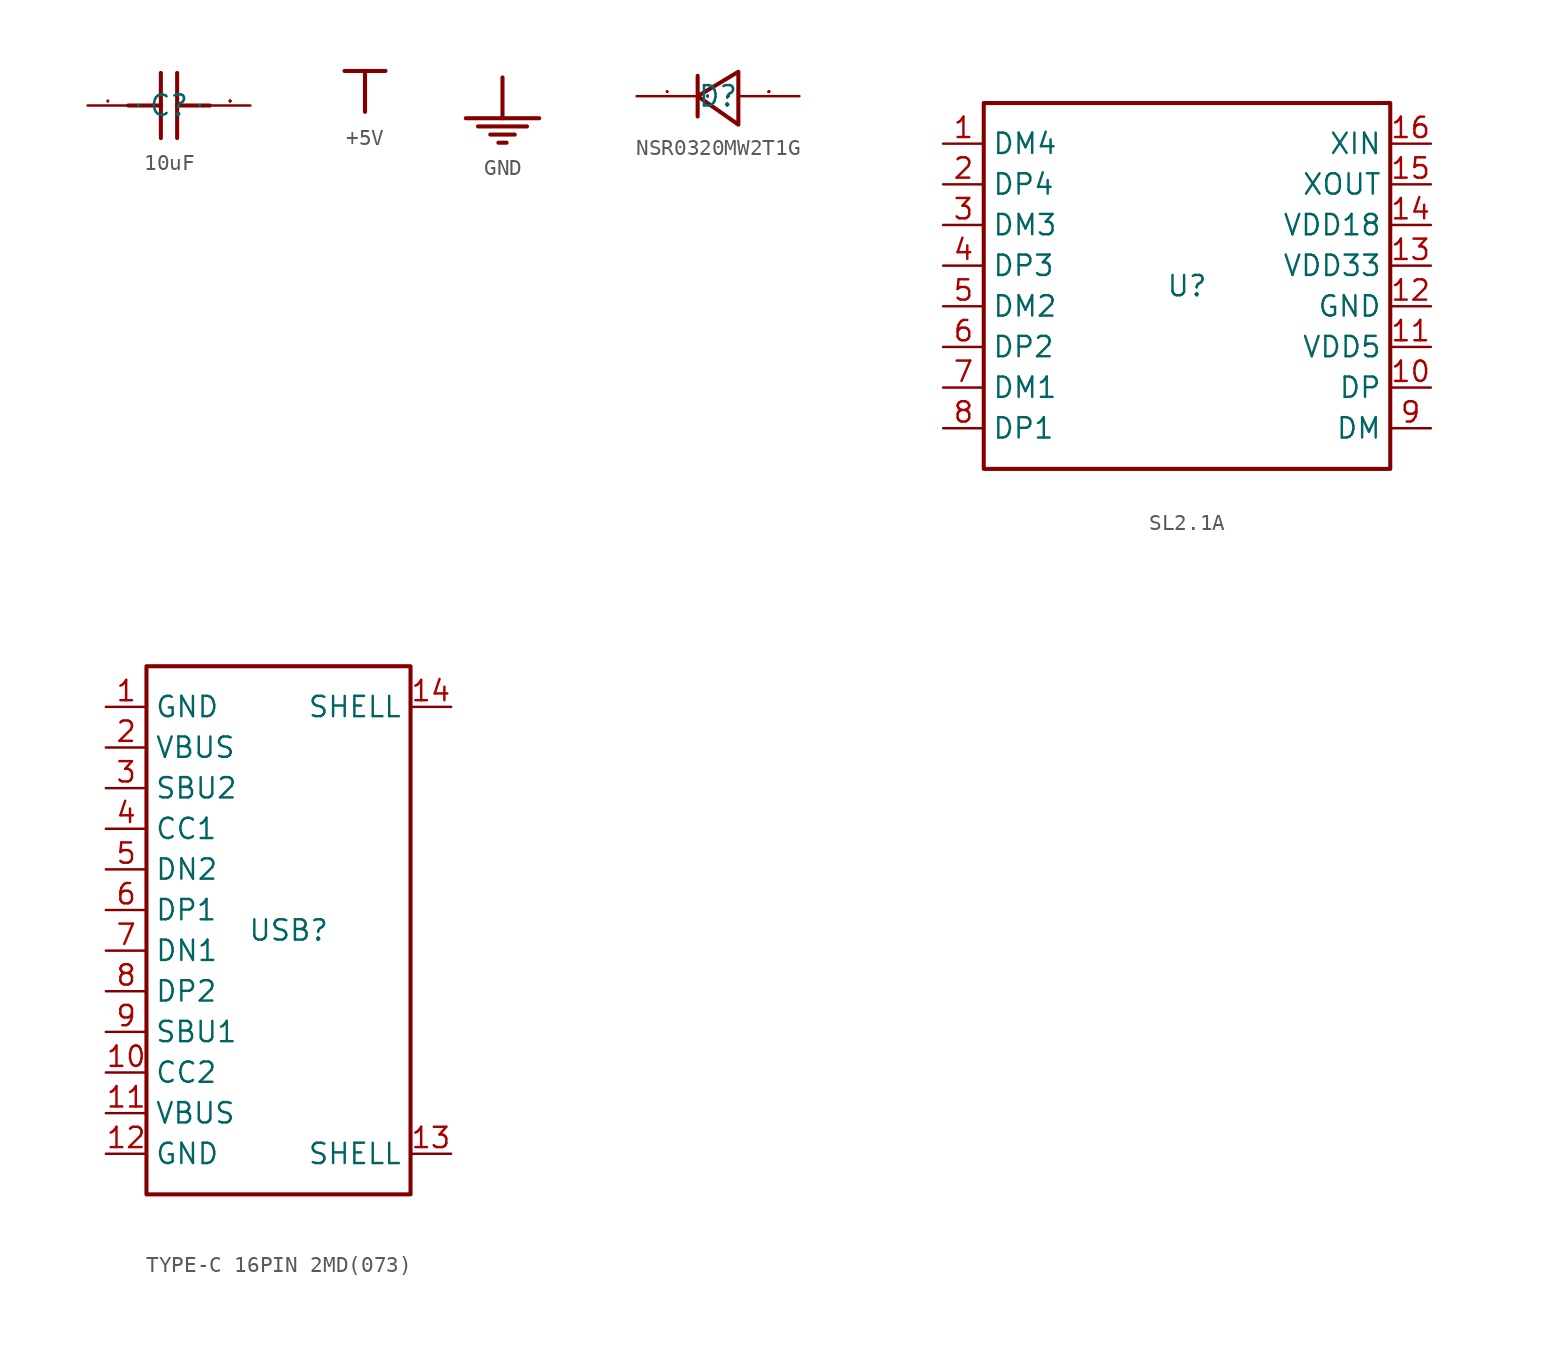
<source format=kicad_sym>
(kicad_symbol_lib
  (version 20241209)
  (generator "kicad_symbol_editor")
  (generator_version "9.0")
  (symbol "10uF"
    (property "Reference" "C"
      (at 0 0 0)
      (effects (font (size 1.27 1.27))))
    (property "Value" ""
      (at 0 0 0)
      (effects (font (size 1.27 1.27))))
    (symbol "10uF_1_0"
      (polyline (pts (xy -0.508 0) (xy -2.54 0)) (stroke (width 0.254) (type default)) (fill (type none)))
      (polyline (pts (xy -0.508 -2.032) (xy -0.508 2.032)) (stroke (width 0.254) (type default)) (fill (type none)))
      (polyline (pts (xy 0.508 2.032) (xy 0.508 -2.032)) (stroke (width 0.254) (type default)) (fill (type none)))
      (polyline (pts (xy 2.54 0) (xy 0.508 0)) (stroke (width 0.254) (type default)) (fill (type none)))
      (pin unspecified line (at -5.08 0 0) (length 2.54) (name "1" (effects (font (size 0.025 0.025)))) (number "1" (effects (font (size 0.025 0.025)))))
      (pin unspecified line (at 5.08 0 180) (length 2.54) (name "2" (effects (font (size 0.025 0.025)))) (number "2" (effects (font (size 0.025 0.025)))))))
  (symbol "+5V"
    (power)
    (pin_numbers
      (hide yes))
    (pin_names
      (hide yes))
    (property "Reference" "#PWR"
      (at 0 0 0)
      (effects (font (size 1.27 1.27)) (hide yes)))
    (symbol "+5V_1_0"
      (polyline (pts (xy -1.27 2.54) (xy 1.27 2.54)) (stroke (width 0.254) (type default)) (fill (type none)))
      (polyline (pts (xy 0 2.54) (xy 0 0)) (stroke (width 0.254) (type default)) (fill (type none)))
      (pin power_in line (at 0 0 0) (length 0) (name "" (effects (font (size 1.27 1.27)))) (number "1" (effects (font (size 0 0)))))))
  (symbol "GND"
    (power)
    (pin_numbers
      (hide yes))
    (pin_names
      (hide yes))
    (property "Reference" "#PWR"
      (at 0 0 0)
      (effects (font (size 1.27 1.27)) (hide yes)))
    (symbol "GND_1_0"
      (polyline (pts (xy -2.286 -2.54) (xy 2.286 -2.54)) (stroke (width 0.254) (type default)) (fill (type none)))
      (polyline (pts (xy -1.524 -3.048) (xy 1.524 -3.048)) (stroke (width 0.254) (type default)) (fill (type none)))
      (polyline (pts (xy -0.762 -3.556) (xy 0.762 -3.556)) (stroke (width 0.254) (type default)) (fill (type none)))
      (polyline (pts (xy -0.254 -4.064) (xy 0.254 -4.064)) (stroke (width 0.254) (type default)) (fill (type none)))
      (polyline (pts (xy 0 -2.54) (xy 0 0)) (stroke (width 0.254) (type default)) (fill (type none)))
      (pin power_in line (at 0 0 0) (length 0) (name "" (effects (font (size 1.27 1.27)))) (number "1" (effects (font (size 0 0)))))))
  (symbol "NSR0320MW2T1G"
    (property "Reference" "D"
      (at 0 0 0)
      (effects (font (size 1.27 1.27))))
    (property "Value" ""
      (at 0 0 0)
      (effects (font (size 1.27 1.27))))
    (symbol "NSR0320MW2T1G_1_0"
      (polyline (pts (xy -1.27 1.27) (xy -1.27 -1.27)) (stroke (width 0.254) (type default)) (fill (type none)))
      (polyline (pts (xy 1.27 1.524) (xy -1.27 0) (xy -1.27 0) (xy 1.27 -1.778) (xy 1.27 -1.778) (xy 1.27 1.524)) (stroke (width 0.254) (type default)) (fill (type none)))
      (pin unspecified line (at -5.08 0 0) (length 3.81) (name "C" (effects (font (size 0.025 0.025)))) (number "1" (effects (font (size 0.025 0.025)))))
      (pin unspecified line (at 5.08 0 180) (length 3.81) (name "A" (effects (font (size 0.025 0.025)))) (number "2" (effects (font (size 0.025 0.025)))))))
  (symbol "SL2.1A"
    (property "Reference" "U"
      (at 0 0 0)
      (effects (font (size 1.27 1.27))))
    (property "Value" ""
      (at 0 0 0)
      (effects (font (size 1.27 1.27))))
    (symbol "SL2.1A_1_0"
      (rectangle (start -12.7 11.43) (end 12.7 -11.43) (stroke (width 0.254) (type default)) (fill (type none)))
      (pin unspecified line (at -15.24 8.89 0) (length 2.54) (name "DM4" (effects (font (size 1.27 1.27)))) (number "1" (effects (font (size 1.27 1.27)))))
      (pin unspecified line (at -15.24 6.35 0) (length 2.54) (name "DP4" (effects (font (size 1.27 1.27)))) (number "2" (effects (font (size 1.27 1.27)))))
      (pin unspecified line (at -15.24 3.81 0) (length 2.54) (name "DM3" (effects (font (size 1.27 1.27)))) (number "3" (effects (font (size 1.27 1.27)))))
      (pin unspecified line (at -15.24 1.27 0) (length 2.54) (name "DP3" (effects (font (size 1.27 1.27)))) (number "4" (effects (font (size 1.27 1.27)))))
      (pin unspecified line (at -15.24 -1.27 0) (length 2.54) (name "DM2" (effects (font (size 1.27 1.27)))) (number "5" (effects (font (size 1.27 1.27)))))
      (pin unspecified line (at -15.24 -3.81 0) (length 2.54) (name "DP2" (effects (font (size 1.27 1.27)))) (number "6" (effects (font (size 1.27 1.27)))))
      (pin unspecified line (at -15.24 -6.35 0) (length 2.54) (name "DM1" (effects (font (size 1.27 1.27)))) (number "7" (effects (font (size 1.27 1.27)))))
      (pin unspecified line (at -15.24 -8.89 0) (length 2.54) (name "DP1" (effects (font (size 1.27 1.27)))) (number "8" (effects (font (size 1.27 1.27)))))
      (pin unspecified line (at 15.24 8.89 180) (length 2.54) (name "XIN" (effects (font (size 1.27 1.27)))) (number "16" (effects (font (size 1.27 1.27)))))
      (pin unspecified line (at 15.24 6.35 180) (length 2.54) (name "XOUT" (effects (font (size 1.27 1.27)))) (number "15" (effects (font (size 1.27 1.27)))))
      (pin unspecified line (at 15.24 3.81 180) (length 2.54) (name "VDD18" (effects (font (size 1.27 1.27)))) (number "14" (effects (font (size 1.27 1.27)))))
      (pin unspecified line (at 15.24 1.27 180) (length 2.54) (name "VDD33" (effects (font (size 1.27 1.27)))) (number "13" (effects (font (size 1.27 1.27)))))
      (pin unspecified line (at 15.24 -1.27 180) (length 2.54) (name "GND" (effects (font (size 1.27 1.27)))) (number "12" (effects (font (size 1.27 1.27)))))
      (pin unspecified line (at 15.24 -3.81 180) (length 2.54) (name "VDD5" (effects (font (size 1.27 1.27)))) (number "11" (effects (font (size 1.27 1.27)))))
      (pin unspecified line (at 15.24 -6.35 180) (length 2.54) (name "DP" (effects (font (size 1.27 1.27)))) (number "10" (effects (font (size 1.27 1.27)))))
      (pin unspecified line (at 15.24 -8.89 180) (length 2.54) (name "DM" (effects (font (size 1.27 1.27)))) (number "9" (effects (font (size 1.27 1.27)))))))
  (symbol "TYPE-C 16PIN 2MD(073)"
    (property "Reference" "USB"
      (at 0 0 0)
      (effects (font (size 1.27 1.27))))
    (property "Value" ""
      (at 0 0 0)
      (effects (font (size 1.27 1.27))))
    (symbol "TYPE-C 16PIN 2MD(073)_1_0"
      (rectangle (start 7.62 -16.51) (end -8.89 16.51) (stroke (width 0.254) (type default)) (fill (type none)))
      (pin unspecified line (at -11.43 13.97 0) (length 2.54) (name "GND" (effects (font (size 1.27 1.27)))) (number "1" (effects (font (size 1.27 1.27)))))
      (pin unspecified line (at -11.43 11.43 0) (length 2.54) (name "VBUS" (effects (font (size 1.27 1.27)))) (number "2" (effects (font (size 1.27 1.27)))))
      (pin unspecified line (at -11.43 8.89 0) (length 2.54) (name "SBU2" (effects (font (size 1.27 1.27)))) (number "3" (effects (font (size 1.27 1.27)))))
      (pin unspecified line (at -11.43 6.35 0) (length 2.54) (name "CC1" (effects (font (size 1.27 1.27)))) (number "4" (effects (font (size 1.27 1.27)))))
      (pin unspecified line (at -11.43 3.81 0) (length 2.54) (name "DN2" (effects (font (size 1.27 1.27)))) (number "5" (effects (font (size 1.27 1.27)))))
      (pin unspecified line (at -11.43 1.27 0) (length 2.54) (name "DP1" (effects (font (size 1.27 1.27)))) (number "6" (effects (font (size 1.27 1.27)))))
      (pin unspecified line (at -11.43 -1.27 0) (length 2.54) (name "DN1" (effects (font (size 1.27 1.27)))) (number "7" (effects (font (size 1.27 1.27)))))
      (pin unspecified line (at -11.43 -3.81 0) (length 2.54) (name "DP2" (effects (font (size 1.27 1.27)))) (number "8" (effects (font (size 1.27 1.27)))))
      (pin unspecified line (at -11.43 -6.35 0) (length 2.54) (name "SBU1" (effects (font (size 1.27 1.27)))) (number "9" (effects (font (size 1.27 1.27)))))
      (pin unspecified line (at -11.43 -8.89 0) (length 2.54) (name "CC2" (effects (font (size 1.27 1.27)))) (number "10" (effects (font (size 1.27 1.27)))))
      (pin unspecified line (at -11.43 -11.43 0) (length 2.54) (name "VBUS" (effects (font (size 1.27 1.27)))) (number "11" (effects (font (size 1.27 1.27)))))
      (pin unspecified line (at -11.43 -13.97 0) (length 2.54) (name "GND" (effects (font (size 1.27 1.27)))) (number "12" (effects (font (size 1.27 1.27)))))
      (pin unspecified line (at 10.16 13.97 180) (length 2.54) (name "SHELL" (effects (font (size 1.27 1.27)))) (number "14" (effects (font (size 1.27 1.27)))))
      (pin unspecified line (at 10.16 -13.97 180) (length 2.54) (name "SHELL" (effects (font (size 1.27 1.27)))) (number "13" (effects (font (size 1.27 1.27))))))))
</source>
